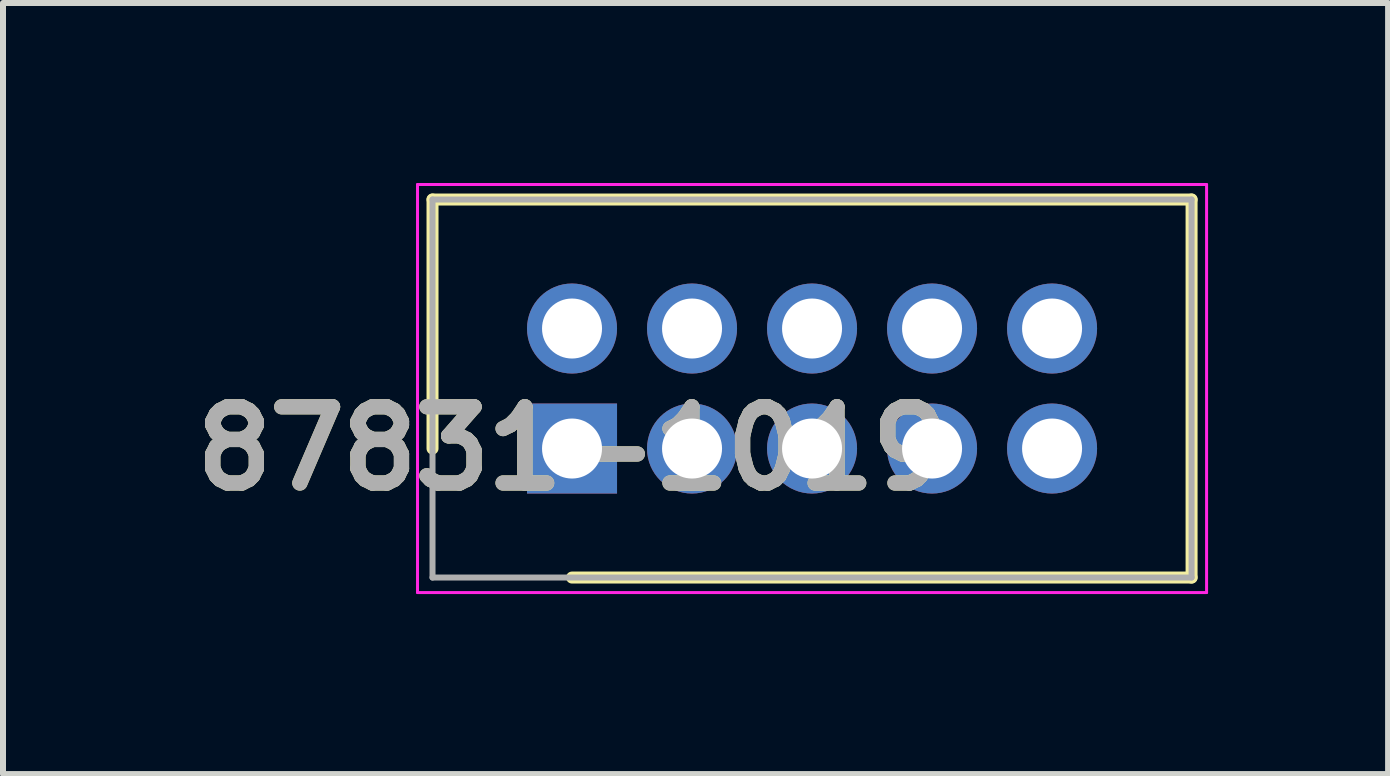
<source format=kicad_pcb>
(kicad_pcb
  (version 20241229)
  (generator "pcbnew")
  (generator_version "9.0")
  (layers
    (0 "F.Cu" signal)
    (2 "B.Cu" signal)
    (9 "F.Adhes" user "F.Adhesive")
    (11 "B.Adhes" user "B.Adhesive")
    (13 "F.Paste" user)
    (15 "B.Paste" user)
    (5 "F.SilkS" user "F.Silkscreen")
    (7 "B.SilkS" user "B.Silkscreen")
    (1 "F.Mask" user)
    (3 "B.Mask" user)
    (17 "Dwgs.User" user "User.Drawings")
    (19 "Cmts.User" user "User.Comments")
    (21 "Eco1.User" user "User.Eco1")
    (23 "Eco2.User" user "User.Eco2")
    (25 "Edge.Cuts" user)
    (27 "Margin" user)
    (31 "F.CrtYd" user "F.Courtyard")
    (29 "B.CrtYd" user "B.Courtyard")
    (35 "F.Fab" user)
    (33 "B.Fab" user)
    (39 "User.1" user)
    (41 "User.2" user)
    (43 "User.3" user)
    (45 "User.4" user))
  (footprint "87831-1019"
    (layer "F.Cu")
    (at 6.483 4.425)
    (property "Reference" "87831-1019" (at 0 0 0) (layer "F.SilkS") (effects (font (size 1.27 1.27) (thickness 0.254))))
    (attr through_hole)
    (fp_line (start -2.325 -4.15) (end -2.325 0) (stroke (width 0.2) (type solid)) (layer "F.SilkS"))
    (fp_line (start 0 2.15) (end 10.325 2.15) (stroke (width 0.2) (type solid)) (layer "F.SilkS"))
    (fp_line (start 10.325 -4.15) (end -2.325 -4.15) (stroke (width 0.2) (type solid)) (layer "F.SilkS"))
    (fp_line (start 10.325 2.15) (end 10.325 -4.15) (stroke (width 0.2) (type solid)) (layer "F.SilkS"))
    (fp_line (start -2.575 -4.4) (end 10.575 -4.4) (stroke (width 0.05) (type solid)) (layer "F.CrtYd"))
    (fp_line (start -2.575 2.4) (end -2.575 -4.4) (stroke (width 0.05) (type solid)) (layer "F.CrtYd"))
    (fp_line (start 10.575 -4.4) (end 10.575 2.4) (stroke (width 0.05) (type solid)) (layer "F.CrtYd"))
    (fp_line (start 10.575 2.4) (end -2.575 2.4) (stroke (width 0.05) (type solid)) (layer "F.CrtYd"))
    (fp_line (start -2.325 -4.15) (end 10.325 -4.15) (stroke (width 0.1) (type solid)) (layer "F.Fab"))
    (fp_line (start -2.325 2.15) (end -2.325 -4.15) (stroke (width 0.1) (type solid)) (layer "F.Fab"))
    (fp_line (start 10.325 -4.15) (end 10.325 2.15) (stroke (width 0.1) (type solid)) (layer "F.Fab"))
    (fp_line (start 10.325 2.15) (end -2.325 2.15) (stroke (width 0.1) (type solid)) (layer "F.Fab"))
    (fp_text user "${REFERENCE}" (at 0 0 0) (layer "F.Fab") (effects (font (size 1.27 1.27) (thickness 0.254))))
    (pad "1" thru_hole rect (at 0 0) (size 1.5 1.5) (drill 1) (layers "*.Cu" "*.Mask"))
    (pad "2" thru_hole circle (at 0 -2) (size 1.5 1.5) (drill 1) (layers "*.Cu" "*.Mask"))
    (pad "3" thru_hole circle (at 2 0) (size 1.5 1.5) (drill 1) (layers "*.Cu" "*.Mask"))
    (pad "4" thru_hole circle (at 2 -2) (size 1.5 1.5) (drill 1) (layers "*.Cu" "*.Mask"))
    (pad "5" thru_hole circle (at 4 0) (size 1.5 1.5) (drill 1) (layers "*.Cu" "*.Mask"))
    (pad "6" thru_hole circle (at 4 -2) (size 1.5 1.5) (drill 1) (layers "*.Cu" "*.Mask"))
    (pad "7" thru_hole circle (at 6 0) (size 1.5 1.5) (drill 1) (layers "*.Cu" "*.Mask"))
    (pad "8" thru_hole circle (at 6 -2) (size 1.5 1.5) (drill 1) (layers "*.Cu" "*.Mask"))
    (pad "9" thru_hole circle (at 8 0) (size 1.5 1.5) (drill 1) (layers "*.Cu" "*.Mask"))
    (pad "10" thru_hole circle (at 8 -2) (size 1.5 1.5) (drill 1) (layers "*.Cu" "*.Mask")))
  (gr_rect
    (start -3 -3)
    (end 20.083 9.85)
    (stroke (width 0.1) (type default))
    (fill no)
    (layer "Edge.Cuts")))
</source>
